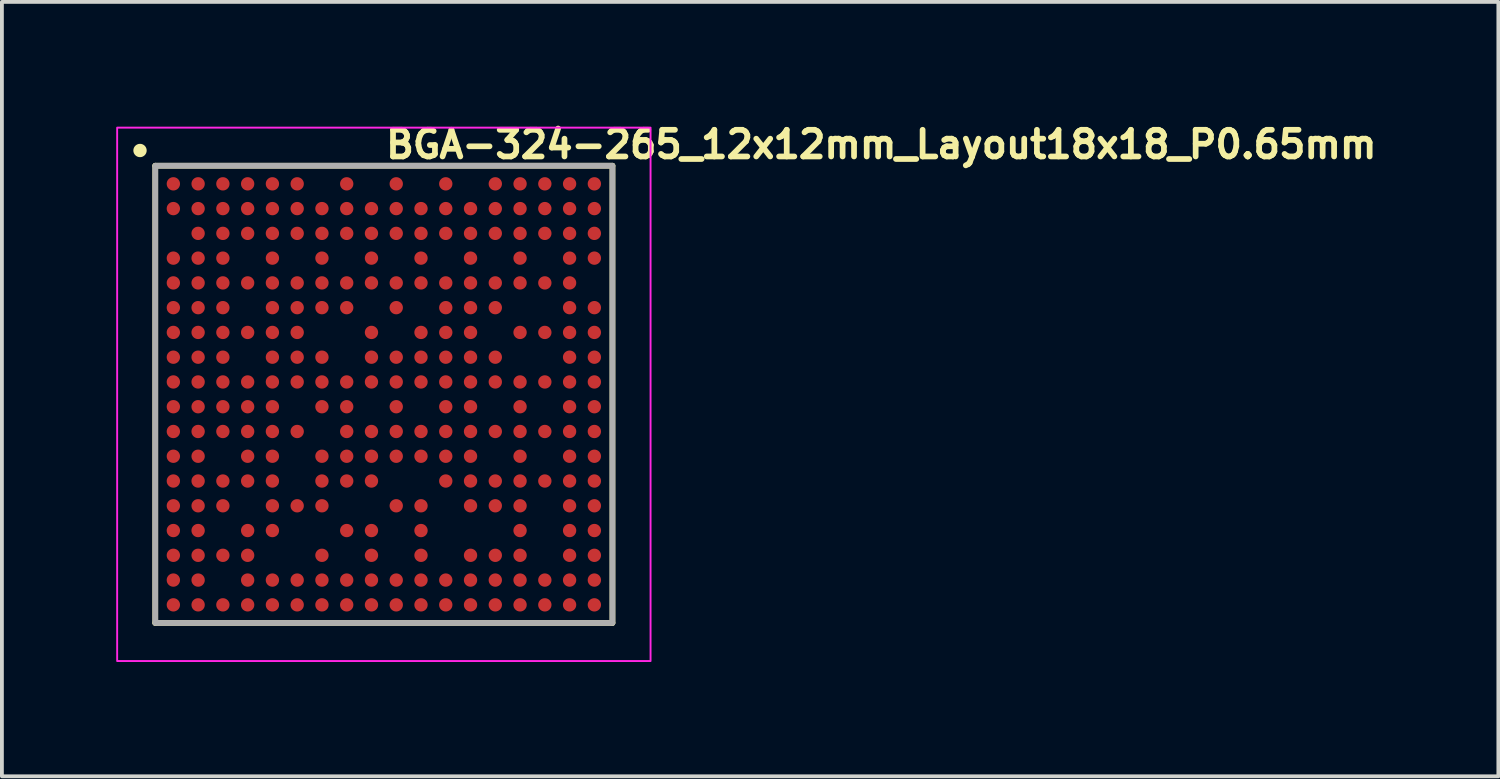
<source format=kicad_pcb>
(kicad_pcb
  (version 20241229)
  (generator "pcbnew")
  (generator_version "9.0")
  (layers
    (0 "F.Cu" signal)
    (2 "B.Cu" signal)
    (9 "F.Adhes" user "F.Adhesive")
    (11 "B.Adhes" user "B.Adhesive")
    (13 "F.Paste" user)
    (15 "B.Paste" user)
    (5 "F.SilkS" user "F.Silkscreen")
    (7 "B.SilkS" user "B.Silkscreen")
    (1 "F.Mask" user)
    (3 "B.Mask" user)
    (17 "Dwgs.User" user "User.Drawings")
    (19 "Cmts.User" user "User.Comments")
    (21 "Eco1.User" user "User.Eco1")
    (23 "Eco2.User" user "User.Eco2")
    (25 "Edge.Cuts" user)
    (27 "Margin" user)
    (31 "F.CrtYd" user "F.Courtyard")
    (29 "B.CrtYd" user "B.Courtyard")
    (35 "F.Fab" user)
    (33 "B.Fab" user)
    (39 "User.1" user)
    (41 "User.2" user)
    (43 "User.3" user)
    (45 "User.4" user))
  (footprint "BGA-324-265_12x12mm_Layout18x18_P0.65mm"
    (layer "F.Cu")
    (at 7.025 7.3)
    (property "Reference" "BGA-324-265_12x12mm_Layout18x18_P0.65mm" (at -0.025 -6.15 0) (unlocked yes) (layer "F.SilkS") (effects (font (size 0.7 0.7) (thickness 0.15)) (justify left bottom)))
    (attr smd)
    (fp_line (start -6 -6) (end -6 6) (stroke (width 0.15) (type solid)) (layer "F.SilkS"))
    (fp_line (start -6 -6) (end 6 -6) (stroke (width 0.15) (type solid)) (layer "F.SilkS"))
    (fp_line (start -6 6) (end 6 6) (stroke (width 0.15) (type solid)) (layer "F.SilkS"))
    (fp_line (start 6 6) (end 6 -6) (stroke (width 0.15) (type solid)) (layer "F.SilkS"))
    (fp_circle (center -6.4 -6.4) (end -6.3 -6.4) (stroke (width 0.15) (type solid)) (fill yes) (layer "F.SilkS"))
    (fp_rect (start -7 -7) (end 7 7) (stroke (width 0.05) (type solid)) (fill no) (layer "F.CrtYd"))
    (fp_rect (start -6 -6) (end 6 6) (stroke (width 0.15) (type solid)) (fill no) (layer "F.Fab"))
    (fp_rect (start -6 -6) (end 6 6) (stroke (width 0.1) (type solid)) (fill no) (layer "User.5"))
    (fp_line (start -6 -6) (end -6 6) (stroke (width 0.02) (type solid)) (layer "User.9"))
    (fp_line (start -6 6) (end 6 6) (stroke (width 0.02) (type solid)) (layer "User.9"))
    (fp_line (start 6 -6) (end -6 -6) (stroke (width 0.02) (type solid)) (layer "User.9"))
    (fp_line (start 6 6) (end 6 -6) (stroke (width 0.02) (type solid)) (layer "User.9"))
    (fp_circle (center -4.875 -4.875) (end -4.375 -4.875) (stroke (width 0.02) (type solid)) (fill no) (layer "User.9"))
    (pad "A1" smd circle (at -5.525 -5.525) (size 0.35 0.35) (layers "F.Cu" "F.Mask" "F.Paste"))
    (pad "A2" smd circle (at -4.875 -5.525) (size 0.35 0.35) (layers "F.Cu" "F.Mask" "F.Paste"))
    (pad "A3" smd circle (at -4.225 -5.525) (size 0.35 0.35) (layers "F.Cu" "F.Mask" "F.Paste"))
    (pad "A4" smd circle (at -3.575 -5.525) (size 0.35 0.35) (layers "F.Cu" "F.Mask" "F.Paste"))
    (pad "A5" smd circle (at -2.925 -5.525) (size 0.35 0.35) (layers "F.Cu" "F.Mask" "F.Paste"))
    (pad "A6" smd circle (at -2.275 -5.525) (size 0.35 0.35) (layers "F.Cu" "F.Mask" "F.Paste"))
    (pad "A8" smd circle (at -0.975 -5.525) (size 0.35 0.35) (layers "F.Cu" "F.Mask" "F.Paste"))
    (pad "A10" smd circle (at 0.325 -5.525) (size 0.35 0.35) (layers "F.Cu" "F.Mask" "F.Paste"))
    (pad "A12" smd circle (at 1.625 -5.525) (size 0.35 0.35) (layers "F.Cu" "F.Mask" "F.Paste"))
    (pad "A14" smd circle (at 2.925 -5.525) (size 0.35 0.35) (layers "F.Cu" "F.Mask" "F.Paste"))
    (pad "A15" smd circle (at 3.575 -5.525) (size 0.35 0.35) (layers "F.Cu" "F.Mask" "F.Paste"))
    (pad "A16" smd circle (at 4.225 -5.525) (size 0.35 0.35) (layers "F.Cu" "F.Mask" "F.Paste"))
    (pad "A17" smd circle (at 4.875 -5.525) (size 0.35 0.35) (layers "F.Cu" "F.Mask" "F.Paste"))
    (pad "A18" smd circle (at 5.525 -5.525) (size 0.35 0.35) (layers "F.Cu" "F.Mask" "F.Paste"))
    (pad "B1" smd circle (at -5.525 -4.875) (size 0.35 0.35) (layers "F.Cu" "F.Mask" "F.Paste"))
    (pad "B2" smd circle (at -4.875 -4.875) (size 0.35 0.35) (layers "F.Cu" "F.Mask" "F.Paste"))
    (pad "B3" smd circle (at -4.225 -4.875) (size 0.35 0.35) (layers "F.Cu" "F.Mask" "F.Paste"))
    (pad "B4" smd circle (at -3.575 -4.875) (size 0.35 0.35) (layers "F.Cu" "F.Mask" "F.Paste"))
    (pad "B5" smd circle (at -2.925 -4.875) (size 0.35 0.35) (layers "F.Cu" "F.Mask" "F.Paste"))
    (pad "B6" smd circle (at -2.275 -4.875) (size 0.35 0.35) (layers "F.Cu" "F.Mask" "F.Paste"))
    (pad "B7" smd circle (at -1.625 -4.875) (size 0.35 0.35) (layers "F.Cu" "F.Mask" "F.Paste"))
    (pad "B8" smd circle (at -0.975 -4.875) (size 0.35 0.35) (layers "F.Cu" "F.Mask" "F.Paste"))
    (pad "B9" smd circle (at -0.325 -4.875) (size 0.35 0.35) (layers "F.Cu" "F.Mask" "F.Paste"))
    (pad "B10" smd circle (at 0.325 -4.875) (size 0.35 0.35) (layers "F.Cu" "F.Mask" "F.Paste"))
    (pad "B11" smd circle (at 0.975 -4.875) (size 0.35 0.35) (layers "F.Cu" "F.Mask" "F.Paste"))
    (pad "B12" smd circle (at 1.625 -4.875) (size 0.35 0.35) (layers "F.Cu" "F.Mask" "F.Paste"))
    (pad "B13" smd circle (at 2.275 -4.875) (size 0.35 0.35) (layers "F.Cu" "F.Mask" "F.Paste"))
    (pad "B14" smd circle (at 2.925 -4.875) (size 0.35 0.35) (layers "F.Cu" "F.Mask" "F.Paste"))
    (pad "B15" smd circle (at 3.575 -4.875) (size 0.35 0.35) (layers "F.Cu" "F.Mask" "F.Paste"))
    (pad "B16" smd circle (at 4.225 -4.875) (size 0.35 0.35) (layers "F.Cu" "F.Mask" "F.Paste"))
    (pad "B17" smd circle (at 4.875 -4.875) (size 0.35 0.35) (layers "F.Cu" "F.Mask" "F.Paste"))
    (pad "B18" smd circle (at 5.525 -4.875) (size 0.35 0.35) (layers "F.Cu" "F.Mask" "F.Paste"))
    (pad "C2" smd circle (at -4.875 -4.225) (size 0.35 0.35) (layers "F.Cu" "F.Mask" "F.Paste"))
    (pad "C3" smd circle (at -4.225 -4.225) (size 0.35 0.35) (layers "F.Cu" "F.Mask" "F.Paste"))
    (pad "C4" smd circle (at -3.575 -4.225) (size 0.35 0.35) (layers "F.Cu" "F.Mask" "F.Paste"))
    (pad "C5" smd circle (at -2.925 -4.225) (size 0.35 0.35) (layers "F.Cu" "F.Mask" "F.Paste"))
    (pad "C6" smd circle (at -2.275 -4.225) (size 0.35 0.35) (layers "F.Cu" "F.Mask" "F.Paste"))
    (pad "C7" smd circle (at -1.625 -4.225) (size 0.35 0.35) (layers "F.Cu" "F.Mask" "F.Paste"))
    (pad "C8" smd circle (at -0.975 -4.225) (size 0.35 0.35) (layers "F.Cu" "F.Mask" "F.Paste"))
    (pad "C9" smd circle (at -0.325 -4.225) (size 0.35 0.35) (layers "F.Cu" "F.Mask" "F.Paste"))
    (pad "C10" smd circle (at 0.325 -4.225) (size 0.35 0.35) (layers "F.Cu" "F.Mask" "F.Paste"))
    (pad "C11" smd circle (at 0.975 -4.225) (size 0.35 0.35) (layers "F.Cu" "F.Mask" "F.Paste"))
    (pad "C12" smd circle (at 1.625 -4.225) (size 0.35 0.35) (layers "F.Cu" "F.Mask" "F.Paste"))
    (pad "C13" smd circle (at 2.275 -4.225) (size 0.35 0.35) (layers "F.Cu" "F.Mask" "F.Paste"))
    (pad "C14" smd circle (at 2.925 -4.225) (size 0.35 0.35) (layers "F.Cu" "F.Mask" "F.Paste"))
    (pad "C15" smd circle (at 3.575 -4.225) (size 0.35 0.35) (layers "F.Cu" "F.Mask" "F.Paste"))
    (pad "C16" smd circle (at 4.225 -4.225) (size 0.35 0.35) (layers "F.Cu" "F.Mask" "F.Paste"))
    (pad "C17" smd circle (at 4.875 -4.225) (size 0.35 0.35) (layers "F.Cu" "F.Mask" "F.Paste"))
    (pad "C18" smd circle (at 5.525 -4.225) (size 0.35 0.35) (layers "F.Cu" "F.Mask" "F.Paste"))
    (pad "D1" smd circle (at -5.525 -3.575) (size 0.35 0.35) (layers "F.Cu" "F.Mask" "F.Paste"))
    (pad "D2" smd circle (at -4.875 -3.575) (size 0.35 0.35) (layers "F.Cu" "F.Mask" "F.Paste"))
    (pad "D3" smd circle (at -4.225 -3.575) (size 0.35 0.35) (layers "F.Cu" "F.Mask" "F.Paste"))
    (pad "D5" smd circle (at -2.925 -3.575) (size 0.35 0.35) (layers "F.Cu" "F.Mask" "F.Paste"))
    (pad "D7" smd circle (at -1.625 -3.575) (size 0.35 0.35) (layers "F.Cu" "F.Mask" "F.Paste"))
    (pad "D9" smd circle (at -0.325 -3.575) (size 0.35 0.35) (layers "F.Cu" "F.Mask" "F.Paste"))
    (pad "D11" smd circle (at 0.975 -3.575) (size 0.35 0.35) (layers "F.Cu" "F.Mask" "F.Paste"))
    (pad "D13" smd circle (at 2.275 -3.575) (size 0.35 0.35) (layers "F.Cu" "F.Mask" "F.Paste"))
    (pad "D15" smd circle (at 3.575 -3.575) (size 0.35 0.35) (layers "F.Cu" "F.Mask" "F.Paste"))
    (pad "D17" smd circle (at 4.875 -3.575) (size 0.35 0.35) (layers "F.Cu" "F.Mask" "F.Paste"))
    (pad "D18" smd circle (at 5.525 -3.575) (size 0.35 0.35) (layers "F.Cu" "F.Mask" "F.Paste"))
    (pad "E1" smd circle (at -5.525 -2.925) (size 0.35 0.35) (layers "F.Cu" "F.Mask" "F.Paste"))
    (pad "E2" smd circle (at -4.875 -2.925) (size 0.35 0.35) (layers "F.Cu" "F.Mask" "F.Paste"))
    (pad "E3" smd circle (at -4.225 -2.925) (size 0.35 0.35) (layers "F.Cu" "F.Mask" "F.Paste"))
    (pad "E4" smd circle (at -3.575 -2.925) (size 0.35 0.35) (layers "F.Cu" "F.Mask" "F.Paste"))
    (pad "E5" smd circle (at -2.925 -2.925) (size 0.35 0.35) (layers "F.Cu" "F.Mask" "F.Paste"))
    (pad "E6" smd circle (at -2.275 -2.925) (size 0.35 0.35) (layers "F.Cu" "F.Mask" "F.Paste"))
    (pad "E7" smd circle (at -1.625 -2.925) (size 0.35 0.35) (layers "F.Cu" "F.Mask" "F.Paste"))
    (pad "E8" smd circle (at -0.975 -2.925) (size 0.35 0.35) (layers "F.Cu" "F.Mask" "F.Paste"))
    (pad "E9" smd circle (at -0.325 -2.925) (size 0.35 0.35) (layers "F.Cu" "F.Mask" "F.Paste"))
    (pad "E10" smd circle (at 0.325 -2.925) (size 0.35 0.35) (layers "F.Cu" "F.Mask" "F.Paste"))
    (pad "E11" smd circle (at 0.975 -2.925) (size 0.35 0.35) (layers "F.Cu" "F.Mask" "F.Paste"))
    (pad "E12" smd circle (at 1.625 -2.925) (size 0.35 0.35) (layers "F.Cu" "F.Mask" "F.Paste"))
    (pad "E13" smd circle (at 2.275 -2.925) (size 0.35 0.35) (layers "F.Cu" "F.Mask" "F.Paste"))
    (pad "E14" smd circle (at 2.925 -2.925) (size 0.35 0.35) (layers "F.Cu" "F.Mask" "F.Paste"))
    (pad "E15" smd circle (at 3.575 -2.925) (size 0.35 0.35) (layers "F.Cu" "F.Mask" "F.Paste"))
    (pad "E16" smd circle (at 4.225 -2.925) (size 0.35 0.35) (layers "F.Cu" "F.Mask" "F.Paste"))
    (pad "E17" smd circle (at 4.875 -2.925) (size 0.35 0.35) (layers "F.Cu" "F.Mask" "F.Paste"))
    (pad "F1" smd circle (at -5.525 -2.275) (size 0.35 0.35) (layers "F.Cu" "F.Mask" "F.Paste"))
    (pad "F2" smd circle (at -4.875 -2.275) (size 0.35 0.35) (layers "F.Cu" "F.Mask" "F.Paste"))
    (pad "F3" smd circle (at -4.225 -2.275) (size 0.35 0.35) (layers "F.Cu" "F.Mask" "F.Paste"))
    (pad "F5" smd circle (at -2.925 -2.275) (size 0.35 0.35) (layers "F.Cu" "F.Mask" "F.Paste"))
    (pad "F6" smd circle (at -2.275 -2.275) (size 0.35 0.35) (layers "F.Cu" "F.Mask" "F.Paste"))
    (pad "F7" smd circle (at -1.625 -2.275) (size 0.35 0.35) (layers "F.Cu" "F.Mask" "F.Paste"))
    (pad "F8" smd circle (at -0.975 -2.275) (size 0.35 0.35) (layers "F.Cu" "F.Mask" "F.Paste"))
    (pad "F10" smd circle (at 0.325 -2.275) (size 0.35 0.35) (layers "F.Cu" "F.Mask" "F.Paste"))
    (pad "F12" smd circle (at 1.625 -2.275) (size 0.35 0.35) (layers "F.Cu" "F.Mask" "F.Paste"))
    (pad "F13" smd circle (at 2.275 -2.275) (size 0.35 0.35) (layers "F.Cu" "F.Mask" "F.Paste"))
    (pad "F14" smd circle (at 2.925 -2.275) (size 0.35 0.35) (layers "F.Cu" "F.Mask" "F.Paste"))
    (pad "F17" smd circle (at 4.875 -2.275) (size 0.35 0.35) (layers "F.Cu" "F.Mask" "F.Paste"))
    (pad "F18" smd circle (at 5.525 -2.275) (size 0.35 0.35) (layers "F.Cu" "F.Mask" "F.Paste"))
    (pad "G1" smd circle (at -5.525 -1.625) (size 0.35 0.35) (layers "F.Cu" "F.Mask" "F.Paste"))
    (pad "G2" smd circle (at -4.875 -1.625) (size 0.35 0.35) (layers "F.Cu" "F.Mask" "F.Paste"))
    (pad "G3" smd circle (at -4.225 -1.625) (size 0.35 0.35) (layers "F.Cu" "F.Mask" "F.Paste"))
    (pad "G4" smd circle (at -3.575 -1.625) (size 0.35 0.35) (layers "F.Cu" "F.Mask" "F.Paste"))
    (pad "G5" smd circle (at -2.925 -1.625) (size 0.35 0.35) (layers "F.Cu" "F.Mask" "F.Paste"))
    (pad "G6" smd circle (at -2.275 -1.625) (size 0.35 0.35) (layers "F.Cu" "F.Mask" "F.Paste"))
    (pad "G9" smd circle (at -0.325 -1.625) (size 0.35 0.35) (layers "F.Cu" "F.Mask" "F.Paste"))
    (pad "G11" smd circle (at 0.975 -1.625) (size 0.35 0.35) (layers "F.Cu" "F.Mask" "F.Paste"))
    (pad "G12" smd circle (at 1.625 -1.625) (size 0.35 0.35) (layers "F.Cu" "F.Mask" "F.Paste"))
    (pad "G13" smd circle (at 2.275 -1.625) (size 0.35 0.35) (layers "F.Cu" "F.Mask" "F.Paste"))
    (pad "G15" smd circle (at 3.575 -1.625) (size 0.35 0.35) (layers "F.Cu" "F.Mask" "F.Paste"))
    (pad "G16" smd circle (at 4.225 -1.625) (size 0.35 0.35) (layers "F.Cu" "F.Mask" "F.Paste"))
    (pad "G17" smd circle (at 4.875 -1.625) (size 0.35 0.35) (layers "F.Cu" "F.Mask" "F.Paste"))
    (pad "G18" smd circle (at 5.525 -1.625) (size 0.35 0.35) (layers "F.Cu" "F.Mask" "F.Paste"))
    (pad "H1" smd circle (at -5.525 -0.975) (size 0.35 0.35) (layers "F.Cu" "F.Mask" "F.Paste"))
    (pad "H2" smd circle (at -4.875 -0.975) (size 0.35 0.35) (layers "F.Cu" "F.Mask" "F.Paste"))
    (pad "H3" smd circle (at -4.225 -0.975) (size 0.35 0.35) (layers "F.Cu" "F.Mask" "F.Paste"))
    (pad "H5" smd circle (at -2.925 -0.975) (size 0.35 0.35) (layers "F.Cu" "F.Mask" "F.Paste"))
    (pad "H6" smd circle (at -2.275 -0.975) (size 0.35 0.35) (layers "F.Cu" "F.Mask" "F.Paste"))
    (pad "H7" smd circle (at -1.625 -0.975) (size 0.35 0.35) (layers "F.Cu" "F.Mask" "F.Paste"))
    (pad "H9" smd circle (at -0.325 -0.975) (size 0.35 0.35) (layers "F.Cu" "F.Mask" "F.Paste"))
    (pad "H10" smd circle (at 0.325 -0.975) (size 0.35 0.35) (layers "F.Cu" "F.Mask" "F.Paste"))
    (pad "H11" smd circle (at 0.975 -0.975) (size 0.35 0.35) (layers "F.Cu" "F.Mask" "F.Paste"))
    (pad "H12" smd circle (at 1.625 -0.975) (size 0.35 0.35) (layers "F.Cu" "F.Mask" "F.Paste"))
    (pad "H13" smd circle (at 2.275 -0.975) (size 0.35 0.35) (layers "F.Cu" "F.Mask" "F.Paste"))
    (pad "H14" smd circle (at 2.925 -0.975) (size 0.35 0.35) (layers "F.Cu" "F.Mask" "F.Paste"))
    (pad "H17" smd circle (at 4.875 -0.975) (size 0.35 0.35) (layers "F.Cu" "F.Mask" "F.Paste"))
    (pad "H18" smd circle (at 5.525 -0.975) (size 0.35 0.35) (layers "F.Cu" "F.Mask" "F.Paste"))
    (pad "J1" smd circle (at -5.525 -0.325) (size 0.35 0.35) (layers "F.Cu" "F.Mask" "F.Paste"))
    (pad "J2" smd circle (at -4.875 -0.325) (size 0.35 0.35) (layers "F.Cu" "F.Mask" "F.Paste"))
    (pad "J3" smd circle (at -4.225 -0.325) (size 0.35 0.35) (layers "F.Cu" "F.Mask" "F.Paste"))
    (pad "J4" smd circle (at -3.575 -0.325) (size 0.35 0.35) (layers "F.Cu" "F.Mask" "F.Paste"))
    (pad "J5" smd circle (at -2.925 -0.325) (size 0.35 0.35) (layers "F.Cu" "F.Mask" "F.Paste"))
    (pad "J6" smd circle (at -2.275 -0.325) (size 0.35 0.35) (layers "F.Cu" "F.Mask" "F.Paste"))
    (pad "J7" smd circle (at -1.625 -0.325) (size 0.35 0.35) (layers "F.Cu" "F.Mask" "F.Paste"))
    (pad "J8" smd circle (at -0.975 -0.325) (size 0.35 0.35) (layers "F.Cu" "F.Mask" "F.Paste"))
    (pad "J9" smd circle (at -0.325 -0.325) (size 0.35 0.35) (layers "F.Cu" "F.Mask" "F.Paste"))
    (pad "J10" smd circle (at 0.325 -0.325) (size 0.35 0.35) (layers "F.Cu" "F.Mask" "F.Paste"))
    (pad "J11" smd circle (at 0.975 -0.325) (size 0.35 0.35) (layers "F.Cu" "F.Mask" "F.Paste"))
    (pad "J12" smd circle (at 1.625 -0.325) (size 0.35 0.35) (layers "F.Cu" "F.Mask" "F.Paste"))
    (pad "J13" smd circle (at 2.275 -0.325) (size 0.35 0.35) (layers "F.Cu" "F.Mask" "F.Paste"))
    (pad "J14" smd circle (at 2.925 -0.325) (size 0.35 0.35) (layers "F.Cu" "F.Mask" "F.Paste"))
    (pad "J15" smd circle (at 3.575 -0.325) (size 0.35 0.35) (layers "F.Cu" "F.Mask" "F.Paste"))
    (pad "J16" smd circle (at 4.225 -0.325) (size 0.35 0.35) (layers "F.Cu" "F.Mask" "F.Paste"))
    (pad "J17" smd circle (at 4.875 -0.325) (size 0.35 0.35) (layers "F.Cu" "F.Mask" "F.Paste"))
    (pad "J18" smd circle (at 5.525 -0.325) (size 0.35 0.35) (layers "F.Cu" "F.Mask" "F.Paste"))
    (pad "K1" smd circle (at -5.525 0.325) (size 0.35 0.35) (layers "F.Cu" "F.Mask" "F.Paste"))
    (pad "K2" smd circle (at -4.875 0.325) (size 0.35 0.35) (layers "F.Cu" "F.Mask" "F.Paste"))
    (pad "K3" smd circle (at -4.225 0.325) (size 0.35 0.35) (layers "F.Cu" "F.Mask" "F.Paste"))
    (pad "K4" smd circle (at -3.575 0.325) (size 0.35 0.35) (layers "F.Cu" "F.Mask" "F.Paste"))
    (pad "K5" smd circle (at -2.925 0.325) (size 0.35 0.35) (layers "F.Cu" "F.Mask" "F.Paste"))
    (pad "K7" smd circle (at -1.625 0.325) (size 0.35 0.35) (layers "F.Cu" "F.Mask" "F.Paste"))
    (pad "K8" smd circle (at -0.975 0.325) (size 0.35 0.35) (layers "F.Cu" "F.Mask" "F.Paste"))
    (pad "K10" smd circle (at 0.325 0.325) (size 0.35 0.35) (layers "F.Cu" "F.Mask" "F.Paste"))
    (pad "K12" smd circle (at 1.625 0.325) (size 0.35 0.35) (layers "F.Cu" "F.Mask" "F.Paste"))
    (pad "K13" smd circle (at 2.275 0.325) (size 0.35 0.35) (layers "F.Cu" "F.Mask" "F.Paste"))
    (pad "K15" smd circle (at 3.575 0.325) (size 0.35 0.35) (layers "F.Cu" "F.Mask" "F.Paste"))
    (pad "K17" smd circle (at 4.875 0.325) (size 0.35 0.35) (layers "F.Cu" "F.Mask" "F.Paste"))
    (pad "K18" smd circle (at 5.525 0.325) (size 0.35 0.35) (layers "F.Cu" "F.Mask" "F.Paste"))
    (pad "L1" smd circle (at -5.525 0.975) (size 0.35 0.35) (layers "F.Cu" "F.Mask" "F.Paste"))
    (pad "L2" smd circle (at -4.875 0.975) (size 0.35 0.35) (layers "F.Cu" "F.Mask" "F.Paste"))
    (pad "L3" smd circle (at -4.225 0.975) (size 0.35 0.35) (layers "F.Cu" "F.Mask" "F.Paste"))
    (pad "L4" smd circle (at -3.575 0.975) (size 0.35 0.35) (layers "F.Cu" "F.Mask" "F.Paste"))
    (pad "L5" smd circle (at -2.925 0.975) (size 0.35 0.35) (layers "F.Cu" "F.Mask" "F.Paste"))
    (pad "L6" smd circle (at -2.275 0.975) (size 0.35 0.35) (layers "F.Cu" "F.Mask" "F.Paste"))
    (pad "L8" smd circle (at -0.975 0.975) (size 0.35 0.35) (layers "F.Cu" "F.Mask" "F.Paste"))
    (pad "L9" smd circle (at -0.325 0.975) (size 0.35 0.35) (layers "F.Cu" "F.Mask" "F.Paste"))
    (pad "L10" smd circle (at 0.325 0.975) (size 0.35 0.35) (layers "F.Cu" "F.Mask" "F.Paste"))
    (pad "L11" smd circle (at 0.975 0.975) (size 0.35 0.35) (layers "F.Cu" "F.Mask" "F.Paste"))
    (pad "L12" smd circle (at 1.625 0.975) (size 0.35 0.35) (layers "F.Cu" "F.Mask" "F.Paste"))
    (pad "L13" smd circle (at 2.275 0.975) (size 0.35 0.35) (layers "F.Cu" "F.Mask" "F.Paste"))
    (pad "L14" smd circle (at 2.925 0.975) (size 0.35 0.35) (layers "F.Cu" "F.Mask" "F.Paste"))
    (pad "L15" smd circle (at 3.575 0.975) (size 0.35 0.35) (layers "F.Cu" "F.Mask" "F.Paste"))
    (pad "L16" smd circle (at 4.225 0.975) (size 0.35 0.35) (layers "F.Cu" "F.Mask" "F.Paste"))
    (pad "L17" smd circle (at 4.875 0.975) (size 0.35 0.35) (layers "F.Cu" "F.Mask" "F.Paste"))
    (pad "L18" smd circle (at 5.525 0.975) (size 0.35 0.35) (layers "F.Cu" "F.Mask" "F.Paste"))
    (pad "M1" smd circle (at -5.525 1.625) (size 0.35 0.35) (layers "F.Cu" "F.Mask" "F.Paste"))
    (pad "M2" smd circle (at -4.875 1.625) (size 0.35 0.35) (layers "F.Cu" "F.Mask" "F.Paste"))
    (pad "M4" smd circle (at -3.575 1.625) (size 0.35 0.35) (layers "F.Cu" "F.Mask" "F.Paste"))
    (pad "M5" smd circle (at -2.925 1.625) (size 0.35 0.35) (layers "F.Cu" "F.Mask" "F.Paste"))
    (pad "M7" smd circle (at -1.625 1.625) (size 0.35 0.35) (layers "F.Cu" "F.Mask" "F.Paste"))
    (pad "M8" smd circle (at -0.975 1.625) (size 0.35 0.35) (layers "F.Cu" "F.Mask" "F.Paste"))
    (pad "M9" smd circle (at -0.325 1.625) (size 0.35 0.35) (layers "F.Cu" "F.Mask" "F.Paste"))
    (pad "M10" smd circle (at 0.325 1.625) (size 0.35 0.35) (layers "F.Cu" "F.Mask" "F.Paste"))
    (pad "M11" smd circle (at 0.975 1.625) (size 0.35 0.35) (layers "F.Cu" "F.Mask" "F.Paste"))
    (pad "M12" smd circle (at 1.625 1.625) (size 0.35 0.35) (layers "F.Cu" "F.Mask" "F.Paste"))
    (pad "M13" smd circle (at 2.275 1.625) (size 0.35 0.35) (layers "F.Cu" "F.Mask" "F.Paste"))
    (pad "M15" smd circle (at 3.575 1.625) (size 0.35 0.35) (layers "F.Cu" "F.Mask" "F.Paste"))
    (pad "M17" smd circle (at 4.875 1.625) (size 0.35 0.35) (layers "F.Cu" "F.Mask" "F.Paste"))
    (pad "M18" smd circle (at 5.525 1.625) (size 0.35 0.35) (layers "F.Cu" "F.Mask" "F.Paste"))
    (pad "N1" smd circle (at -5.525 2.275) (size 0.35 0.35) (layers "F.Cu" "F.Mask" "F.Paste"))
    (pad "N2" smd circle (at -4.875 2.275) (size 0.35 0.35) (layers "F.Cu" "F.Mask" "F.Paste"))
    (pad "N3" smd circle (at -4.225 2.275) (size 0.35 0.35) (layers "F.Cu" "F.Mask" "F.Paste"))
    (pad "N4" smd circle (at -3.575 2.275) (size 0.35 0.35) (layers "F.Cu" "F.Mask" "F.Paste"))
    (pad "N5" smd circle (at -2.925 2.275) (size 0.35 0.35) (layers "F.Cu" "F.Mask" "F.Paste"))
    (pad "N7" smd circle (at -1.625 2.275) (size 0.35 0.35) (layers "F.Cu" "F.Mask" "F.Paste"))
    (pad "N8" smd circle (at -0.975 2.275) (size 0.35 0.35) (layers "F.Cu" "F.Mask" "F.Paste"))
    (pad "N9" smd circle (at -0.325 2.275) (size 0.35 0.35) (layers "F.Cu" "F.Mask" "F.Paste"))
    (pad "N12" smd circle (at 1.625 2.275) (size 0.35 0.35) (layers "F.Cu" "F.Mask" "F.Paste"))
    (pad "N13" smd circle (at 2.275 2.275) (size 0.35 0.35) (layers "F.Cu" "F.Mask" "F.Paste"))
    (pad "N14" smd circle (at 2.925 2.275) (size 0.35 0.35) (layers "F.Cu" "F.Mask" "F.Paste"))
    (pad "N15" smd circle (at 3.575 2.275) (size 0.35 0.35) (layers "F.Cu" "F.Mask" "F.Paste"))
    (pad "N16" smd circle (at 4.225 2.275) (size 0.35 0.35) (layers "F.Cu" "F.Mask" "F.Paste"))
    (pad "N17" smd circle (at 4.875 2.275) (size 0.35 0.35) (layers "F.Cu" "F.Mask" "F.Paste"))
    (pad "N18" smd circle (at 5.525 2.275) (size 0.35 0.35) (layers "F.Cu" "F.Mask" "F.Paste"))
    (pad "P1" smd circle (at -5.525 2.925) (size 0.35 0.35) (layers "F.Cu" "F.Mask" "F.Paste"))
    (pad "P2" smd circle (at -4.875 2.925) (size 0.35 0.35) (layers "F.Cu" "F.Mask" "F.Paste"))
    (pad "P3" smd circle (at -4.225 2.925) (size 0.35 0.35) (layers "F.Cu" "F.Mask" "F.Paste"))
    (pad "P5" smd circle (at -2.925 2.925) (size 0.35 0.35) (layers "F.Cu" "F.Mask" "F.Paste"))
    (pad "P6" smd circle (at -2.275 2.925) (size 0.35 0.35) (layers "F.Cu" "F.Mask" "F.Paste"))
    (pad "P7" smd circle (at -1.625 2.925) (size 0.35 0.35) (layers "F.Cu" "F.Mask" "F.Paste"))
    (pad "P10" smd circle (at 0.325 2.925) (size 0.35 0.35) (layers "F.Cu" "F.Mask" "F.Paste"))
    (pad "P11" smd circle (at 0.975 2.925) (size 0.35 0.35) (layers "F.Cu" "F.Mask" "F.Paste"))
    (pad "P13" smd circle (at 2.275 2.925) (size 0.35 0.35) (layers "F.Cu" "F.Mask" "F.Paste"))
    (pad "P14" smd circle (at 2.925 2.925) (size 0.35 0.35) (layers "F.Cu" "F.Mask" "F.Paste"))
    (pad "P15" smd circle (at 3.575 2.925) (size 0.35 0.35) (layers "F.Cu" "F.Mask" "F.Paste"))
    (pad "P17" smd circle (at 4.875 2.925) (size 0.35 0.35) (layers "F.Cu" "F.Mask" "F.Paste"))
    (pad "P18" smd circle (at 5.525 2.925) (size 0.35 0.35) (layers "F.Cu" "F.Mask" "F.Paste"))
    (pad "R1" smd circle (at -5.525 3.575) (size 0.35 0.35) (layers "F.Cu" "F.Mask" "F.Paste"))
    (pad "R2" smd circle (at -4.875 3.575) (size 0.35 0.35) (layers "F.Cu" "F.Mask" "F.Paste"))
    (pad "R4" smd circle (at -3.575 3.575) (size 0.35 0.35) (layers "F.Cu" "F.Mask" "F.Paste"))
    (pad "R5" smd circle (at -2.925 3.575) (size 0.35 0.35) (layers "F.Cu" "F.Mask" "F.Paste"))
    (pad "R8" smd circle (at -0.975 3.575) (size 0.35 0.35) (layers "F.Cu" "F.Mask" "F.Paste"))
    (pad "R9" smd circle (at -0.325 3.575) (size 0.35 0.35) (layers "F.Cu" "F.Mask" "F.Paste"))
    (pad "R11" smd circle (at 0.975 3.575) (size 0.35 0.35) (layers "F.Cu" "F.Mask" "F.Paste"))
    (pad "R15" smd circle (at 3.575 3.575) (size 0.35 0.35) (layers "F.Cu" "F.Mask" "F.Paste"))
    (pad "R17" smd circle (at 4.875 3.575) (size 0.35 0.35) (layers "F.Cu" "F.Mask" "F.Paste"))
    (pad "R18" smd circle (at 5.525 3.575) (size 0.35 0.35) (layers "F.Cu" "F.Mask" "F.Paste"))
    (pad "T1" smd circle (at -5.525 4.225) (size 0.35 0.35) (layers "F.Cu" "F.Mask" "F.Paste"))
    (pad "T2" smd circle (at -4.875 4.225) (size 0.35 0.35) (layers "F.Cu" "F.Mask" "F.Paste"))
    (pad "T3" smd circle (at -4.225 4.225) (size 0.35 0.35) (layers "F.Cu" "F.Mask" "F.Paste"))
    (pad "T4" smd circle (at -3.575 4.225) (size 0.35 0.35) (layers "F.Cu" "F.Mask" "F.Paste"))
    (pad "T7" smd circle (at -1.625 4.225) (size 0.35 0.35) (layers "F.Cu" "F.Mask" "F.Paste"))
    (pad "T9" smd circle (at -0.325 4.225) (size 0.35 0.35) (layers "F.Cu" "F.Mask" "F.Paste"))
    (pad "T11" smd circle (at 0.975 4.225) (size 0.35 0.35) (layers "F.Cu" "F.Mask" "F.Paste"))
    (pad "T13" smd circle (at 2.275 4.225) (size 0.35 0.35) (layers "F.Cu" "F.Mask" "F.Paste"))
    (pad "T14" smd circle (at 2.925 4.225) (size 0.35 0.35) (layers "F.Cu" "F.Mask" "F.Paste"))
    (pad "T15" smd circle (at 3.575 4.225) (size 0.35 0.35) (layers "F.Cu" "F.Mask" "F.Paste"))
    (pad "T17" smd circle (at 4.875 4.225) (size 0.35 0.35) (layers "F.Cu" "F.Mask" "F.Paste"))
    (pad "T18" smd circle (at 5.525 4.225) (size 0.35 0.35) (layers "F.Cu" "F.Mask" "F.Paste"))
    (pad "U1" smd circle (at -5.525 4.875) (size 0.35 0.35) (layers "F.Cu" "F.Mask" "F.Paste"))
    (pad "U2" smd circle (at -4.875 4.875) (size 0.35 0.35) (layers "F.Cu" "F.Mask" "F.Paste"))
    (pad "U4" smd circle (at -3.575 4.875) (size 0.35 0.35) (layers "F.Cu" "F.Mask" "F.Paste"))
    (pad "U5" smd circle (at -2.925 4.875) (size 0.35 0.35) (layers "F.Cu" "F.Mask" "F.Paste"))
    (pad "U6" smd circle (at -2.275 4.875) (size 0.35 0.35) (layers "F.Cu" "F.Mask" "F.Paste"))
    (pad "U7" smd circle (at -1.625 4.875) (size 0.35 0.35) (layers "F.Cu" "F.Mask" "F.Paste"))
    (pad "U8" smd circle (at -0.975 4.875) (size 0.35 0.35) (layers "F.Cu" "F.Mask" "F.Paste"))
    (pad "U9" smd circle (at -0.325 4.875) (size 0.35 0.35) (layers "F.Cu" "F.Mask" "F.Paste"))
    (pad "U10" smd circle (at 0.325 4.875) (size 0.35 0.35) (layers "F.Cu" "F.Mask" "F.Paste"))
    (pad "U11" smd circle (at 0.975 4.875) (size 0.35 0.35) (layers "F.Cu" "F.Mask" "F.Paste"))
    (pad "U12" smd circle (at 1.625 4.875) (size 0.35 0.35) (layers "F.Cu" "F.Mask" "F.Paste"))
    (pad "U13" smd circle (at 2.275 4.875) (size 0.35 0.35) (layers "F.Cu" "F.Mask" "F.Paste"))
    (pad "U14" smd circle (at 2.925 4.875) (size 0.35 0.35) (layers "F.Cu" "F.Mask" "F.Paste"))
    (pad "U15" smd circle (at 3.575 4.875) (size 0.35 0.35) (layers "F.Cu" "F.Mask" "F.Paste"))
    (pad "U16" smd circle (at 4.225 4.875) (size 0.35 0.35) (layers "F.Cu" "F.Mask" "F.Paste"))
    (pad "U17" smd circle (at 4.875 4.875) (size 0.35 0.35) (layers "F.Cu" "F.Mask" "F.Paste"))
    (pad "U18" smd circle (at 5.525 4.875) (size 0.35 0.35) (layers "F.Cu" "F.Mask" "F.Paste"))
    (pad "V1" smd circle (at -5.525 5.525) (size 0.35 0.35) (layers "F.Cu" "F.Mask" "F.Paste"))
    (pad "V2" smd circle (at -4.875 5.525) (size 0.35 0.35) (layers "F.Cu" "F.Mask" "F.Paste"))
    (pad "V3" smd circle (at -4.225 5.525) (size 0.35 0.35) (layers "F.Cu" "F.Mask" "F.Paste"))
    (pad "V4" smd circle (at -3.575 5.525) (size 0.35 0.35) (layers "F.Cu" "F.Mask" "F.Paste"))
    (pad "V5" smd circle (at -2.925 5.525) (size 0.35 0.35) (layers "F.Cu" "F.Mask" "F.Paste"))
    (pad "V6" smd circle (at -2.275 5.525) (size 0.35 0.35) (layers "F.Cu" "F.Mask" "F.Paste"))
    (pad "V7" smd circle (at -1.625 5.525) (size 0.35 0.35) (layers "F.Cu" "F.Mask" "F.Paste"))
    (pad "V8" smd circle (at -0.975 5.525) (size 0.35 0.35) (layers "F.Cu" "F.Mask" "F.Paste"))
    (pad "V9" smd circle (at -0.325 5.525) (size 0.35 0.35) (layers "F.Cu" "F.Mask" "F.Paste"))
    (pad "V10" smd circle (at 0.325 5.525) (size 0.35 0.35) (layers "F.Cu" "F.Mask" "F.Paste"))
    (pad "V11" smd circle (at 0.975 5.525) (size 0.35 0.35) (layers "F.Cu" "F.Mask" "F.Paste"))
    (pad "V12" smd circle (at 1.625 5.525) (size 0.35 0.35) (layers "F.Cu" "F.Mask" "F.Paste"))
    (pad "V13" smd circle (at 2.275 5.525) (size 0.35 0.35) (layers "F.Cu" "F.Mask" "F.Paste"))
    (pad "V14" smd circle (at 2.925 5.525) (size 0.35 0.35) (layers "F.Cu" "F.Mask" "F.Paste"))
    (pad "V15" smd circle (at 3.575 5.525) (size 0.35 0.35) (layers "F.Cu" "F.Mask" "F.Paste"))
    (pad "V16" smd circle (at 4.225 5.525) (size 0.35 0.35) (layers "F.Cu" "F.Mask" "F.Paste"))
    (pad "V17" smd circle (at 4.875 5.525) (size 0.35 0.35) (layers "F.Cu" "F.Mask" "F.Paste"))
    (pad "V18" smd circle (at 5.525 5.525) (size 0.35 0.35) (layers "F.Cu" "F.Mask" "F.Paste")))
  (gr_rect
    (start -3 -3)
    (end 36.277 17.325)
    (stroke (width 0.1) (type default))
    (fill no)
    (layer "Edge.Cuts")))
</source>
